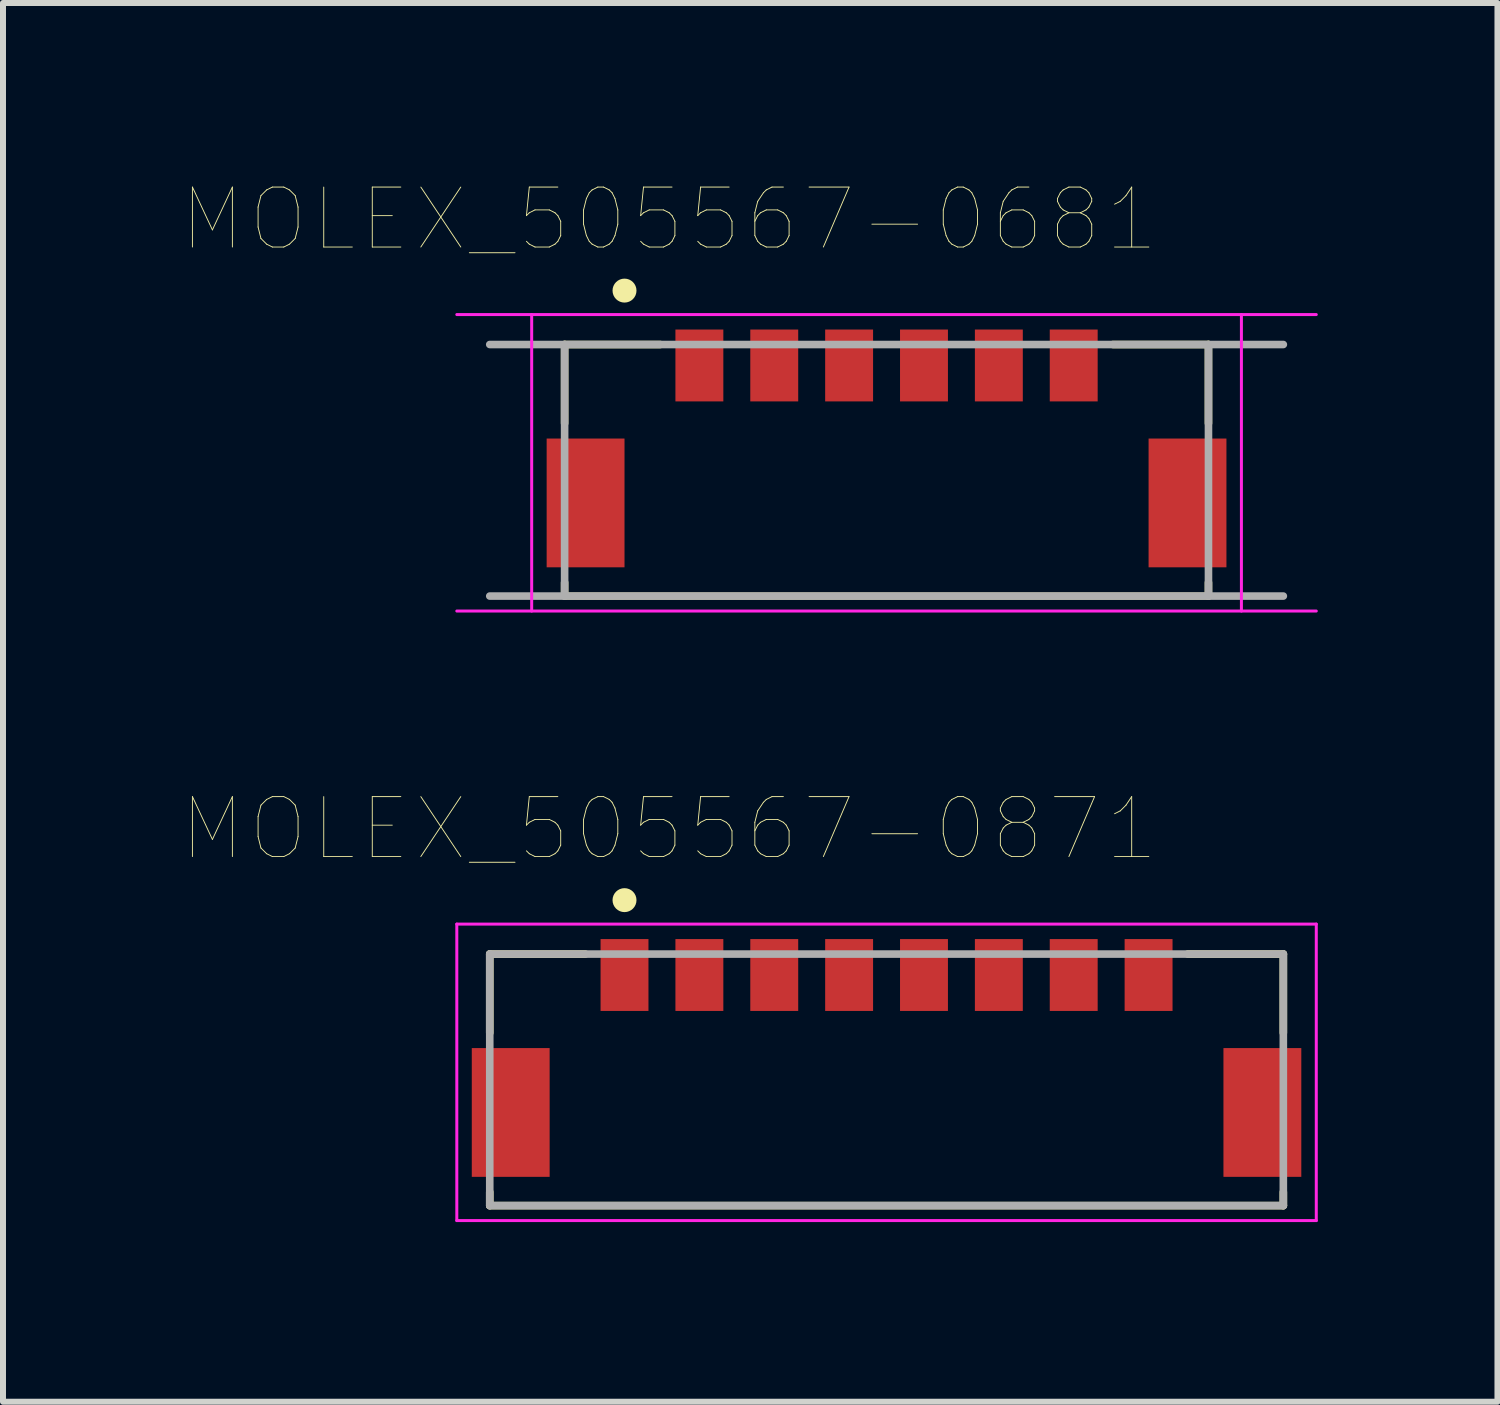
<source format=kicad_pcb>
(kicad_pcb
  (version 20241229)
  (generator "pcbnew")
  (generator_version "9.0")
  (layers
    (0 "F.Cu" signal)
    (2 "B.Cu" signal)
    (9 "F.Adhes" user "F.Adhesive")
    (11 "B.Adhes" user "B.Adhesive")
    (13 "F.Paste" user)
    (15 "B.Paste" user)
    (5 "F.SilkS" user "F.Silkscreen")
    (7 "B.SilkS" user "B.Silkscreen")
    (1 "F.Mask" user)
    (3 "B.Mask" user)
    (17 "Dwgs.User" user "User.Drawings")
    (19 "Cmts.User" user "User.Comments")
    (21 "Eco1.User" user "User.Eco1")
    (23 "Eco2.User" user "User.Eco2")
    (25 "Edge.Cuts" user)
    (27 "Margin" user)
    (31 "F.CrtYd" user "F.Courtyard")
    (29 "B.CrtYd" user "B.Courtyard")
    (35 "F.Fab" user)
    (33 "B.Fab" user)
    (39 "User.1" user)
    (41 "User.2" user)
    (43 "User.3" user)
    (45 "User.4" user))
  (footprint "MOLEX_505567-0871"
    (layer "F.Cu")
    (at 11.752 14.979)
    (property "Reference" "MOLEX_505567-0871" (at -3.629 -4.19 0) (layer "F.SilkS") (effects (font (size 1.001 1.001) (thickness 0.015))))
    (attr through_hole)
    (fp_line (start -6.625 -2.1) (end -5.029 -2.1) (stroke (width 0.127) (type solid)) (layer "F.SilkS"))
    (fp_line (start -6.625 -0.784) (end -6.625 -2.1) (stroke (width 0.127) (type solid)) (layer "F.SilkS"))
    (fp_line (start -6.625 2.1) (end -6.625 1.874) (stroke (width 0.127) (type solid)) (layer "F.SilkS"))
    (fp_line (start 6.625 -2.1) (end 5.029 -2.1) (stroke (width 0.127) (type solid)) (layer "F.SilkS"))
    (fp_line (start 6.625 -0.784) (end 6.625 -2.1) (stroke (width 0.127) (type solid)) (layer "F.SilkS"))
    (fp_line (start 6.625 2.1) (end -6.625 2.1) (stroke (width 0.127) (type solid)) (layer "F.SilkS"))
    (fp_line (start 6.625 2.1) (end 6.625 1.874) (stroke (width 0.127) (type solid)) (layer "F.SilkS"))
    (fp_circle (center -4.375 -3) (end -4.275 -3) (stroke (width 0.2) (type solid)) (fill no) (layer "F.SilkS"))
    (fp_line (start -7.175 -2.6) (end 7.175 -2.6) (stroke (width 0.05) (type solid)) (layer "F.CrtYd"))
    (fp_line (start -7.175 2.35) (end -7.175 -2.6) (stroke (width 0.05) (type solid)) (layer "F.CrtYd"))
    (fp_line (start 7.175 -2.6) (end 7.175 2.35) (stroke (width 0.05) (type solid)) (layer "F.CrtYd"))
    (fp_line (start 7.175 2.35) (end -7.175 2.35) (stroke (width 0.05) (type solid)) (layer "F.CrtYd"))
    (fp_line (start -6.625 -2.1) (end 6.625 -2.1) (stroke (width 0.127) (type solid)) (layer "F.Fab"))
    (fp_line (start -6.625 2.1) (end -6.625 -2.1) (stroke (width 0.127) (type solid)) (layer "F.Fab"))
    (fp_line (start 6.625 -2.1) (end 6.625 2.1) (stroke (width 0.127) (type solid)) (layer "F.Fab"))
    (fp_line (start 6.625 2.1) (end -6.625 2.1) (stroke (width 0.127) (type solid)) (layer "F.Fab"))
    (pad "1" smd rect (at -4.375 -1.75) (size 0.8 1.2) (layers "F.Cu" "F.Mask" "F.Paste"))
    (pad "2" smd rect (at -3.125 -1.75) (size 0.8 1.2) (layers "F.Cu" "F.Mask" "F.Paste"))
    (pad "3" smd rect (at -1.875 -1.75) (size 0.8 1.2) (layers "F.Cu" "F.Mask" "F.Paste"))
    (pad "4" smd rect (at -0.625 -1.75) (size 0.8 1.2) (layers "F.Cu" "F.Mask" "F.Paste"))
    (pad "5" smd rect (at 0.625 -1.75) (size 0.8 1.2) (layers "F.Cu" "F.Mask" "F.Paste"))
    (pad "6" smd rect (at 1.875 -1.75) (size 0.8 1.2) (layers "F.Cu" "F.Mask" "F.Paste"))
    (pad "7" smd rect (at 3.125 -1.75) (size 0.8 1.2) (layers "F.Cu" "F.Mask" "F.Paste"))
    (pad "8" smd rect (at 4.375 -1.75) (size 0.8 1.2) (layers "F.Cu" "F.Mask" "F.Paste"))
    (pad "P1" smd rect (at 6.275 0.545) (size 1.3 2.15) (layers "F.Cu" "F.Mask" "F.Paste"))
    (pad "P2" smd rect (at -6.275 0.545) (size 1.3 2.15) (layers "F.Cu" "F.Mask" "F.Paste")))
  (footprint "MOLEX_505567-0681"
    (layer "F.Cu")
    (at 11.752 4.802)
    (property "Reference" "MOLEX_505567-0681" (at -3.629 -4.19 0) (layer "F.SilkS") (effects (font (size 1.001 1.001) (thickness 0.015))))
    (attr through_hole)
    (fp_line (start -5.375 -2.1) (end -3.779 -2.1) (stroke (width 0.127) (type solid)) (layer "F.SilkS"))
    (fp_line (start -5.375 -0.784) (end -5.375 -2.1) (stroke (width 0.127) (type solid)) (layer "F.SilkS"))
    (fp_line (start -5.375 2.1) (end -5.375 1.874) (stroke (width 0.127) (type solid)) (layer "F.SilkS"))
    (fp_line (start 5.375 -2.1) (end 3.779 -2.1) (stroke (width 0.127) (type solid)) (layer "F.SilkS"))
    (fp_line (start 5.375 -0.784) (end 5.375 -2.1) (stroke (width 0.127) (type solid)) (layer "F.SilkS"))
    (fp_line (start 5.375 2.1) (end -5.375 2.1) (stroke (width 0.12) (type solid)) (layer "F.SilkS"))
    (fp_line (start 5.375 2.1) (end 5.375 1.874) (stroke (width 0.127) (type solid)) (layer "F.SilkS"))
    (fp_circle (center -4.375 -3) (end -4.275 -3) (stroke (width 0.2) (type solid)) (fill no) (layer "F.SilkS"))
    (fp_line (start -7.175 -2.6) (end 7.175 -2.6) (stroke (width 0.05) (type solid)) (layer "F.CrtYd"))
    (fp_line (start -5.925 2.35) (end -5.925 -2.6) (stroke (width 0.05) (type solid)) (layer "F.CrtYd"))
    (fp_line (start 5.925 -2.6) (end 5.925 2.35) (stroke (width 0.05) (type solid)) (layer "F.CrtYd"))
    (fp_line (start 7.175 2.35) (end -7.175 2.35) (stroke (width 0.05) (type solid)) (layer "F.CrtYd"))
    (fp_line (start -6.625 -2.1) (end 6.625 -2.1) (stroke (width 0.127) (type solid)) (layer "F.Fab"))
    (fp_line (start -5.375 2.1) (end -5.375 -2.1) (stroke (width 0.127) (type solid)) (layer "F.Fab"))
    (fp_line (start 5.375 -2.1) (end 5.375 2.1) (stroke (width 0.127) (type solid)) (layer "F.Fab"))
    (fp_line (start 6.625 2.1) (end -6.625 2.1) (stroke (width 0.127) (type solid)) (layer "F.Fab"))
    (pad "1" smd rect (at -3.125 -1.75) (size 0.8 1.2) (layers "F.Cu" "F.Mask" "F.Paste"))
    (pad "2" smd rect (at -1.875 -1.75) (size 0.8 1.2) (layers "F.Cu" "F.Mask" "F.Paste"))
    (pad "3" smd rect (at -0.625 -1.75) (size 0.8 1.2) (layers "F.Cu" "F.Mask" "F.Paste"))
    (pad "4" smd rect (at 0.625 -1.75) (size 0.8 1.2) (layers "F.Cu" "F.Mask" "F.Paste"))
    (pad "5" smd rect (at 1.875 -1.75) (size 0.8 1.2) (layers "F.Cu" "F.Mask" "F.Paste"))
    (pad "6" smd rect (at 3.125 -1.75) (size 0.8 1.2) (layers "F.Cu" "F.Mask" "F.Paste"))
    (pad "P1" smd rect (at 5.025 0.545) (size 1.3 2.15) (layers "F.Cu" "F.Mask" "F.Paste"))
    (pad "P2" smd rect (at -5.025 0.545) (size 1.3 2.15) (layers "F.Cu" "F.Mask" "F.Paste")))
  (gr_rect
    (start -3 -3)
    (end 21.952 20.354)
    (stroke (width 0.1) (type default))
    (fill no)
    (layer "Edge.Cuts")))
</source>
